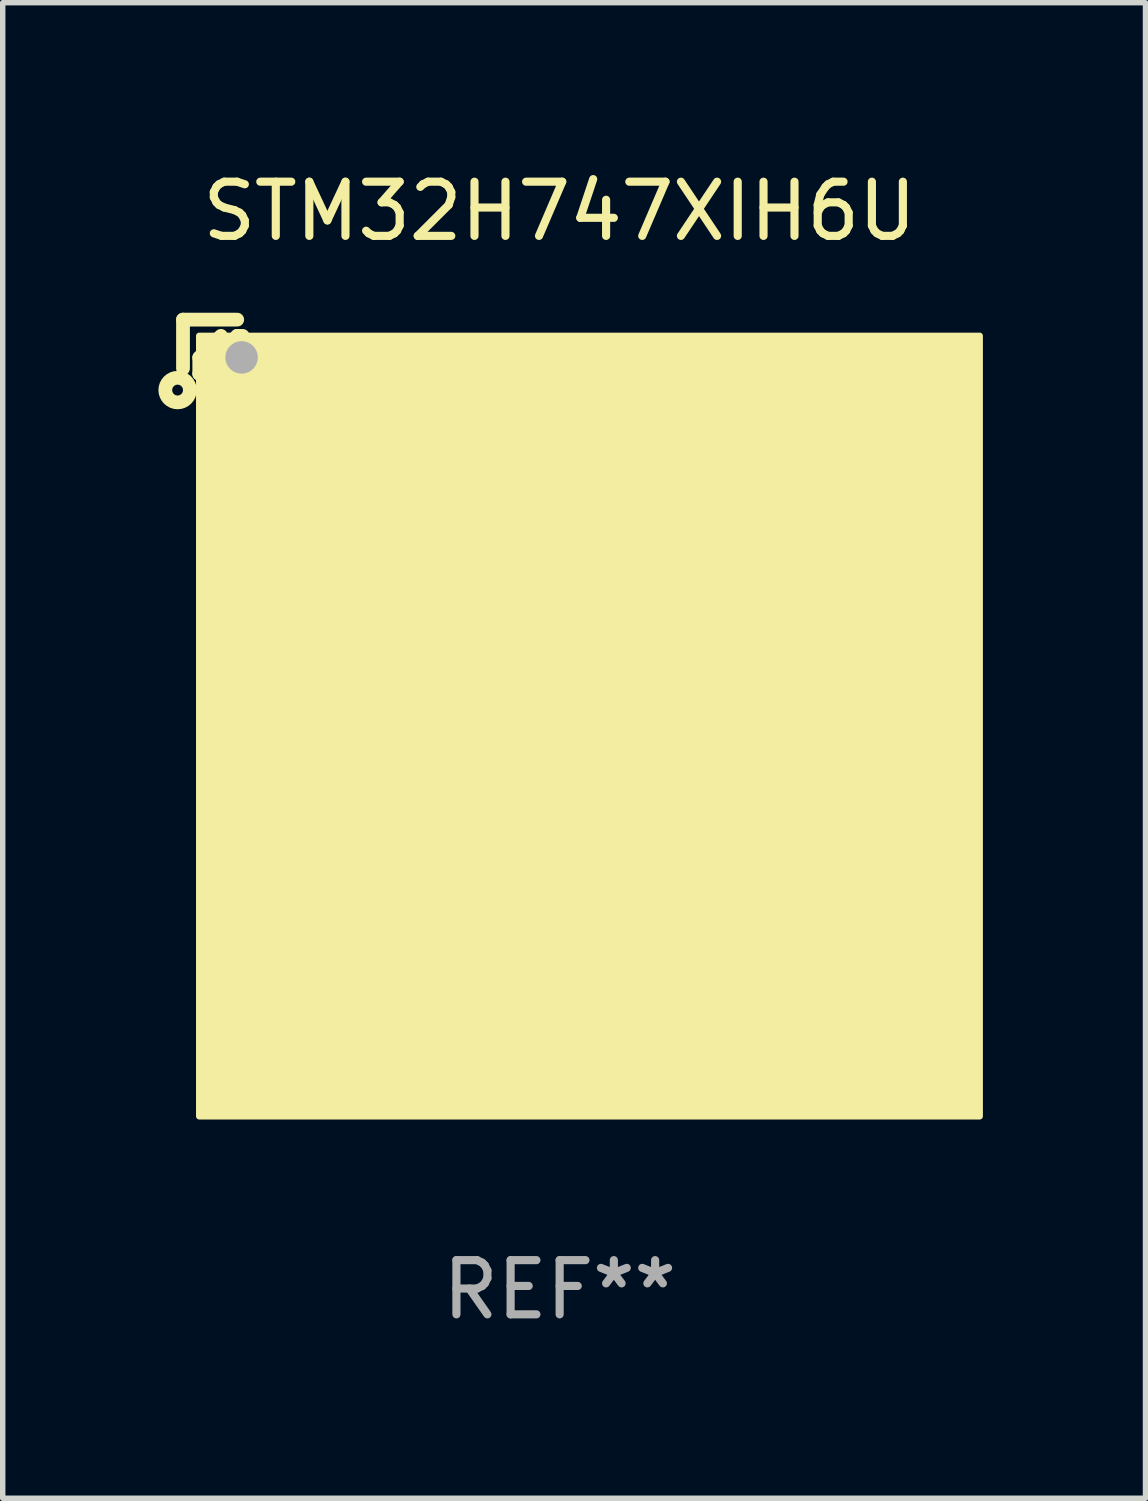
<source format=kicad_pcb>
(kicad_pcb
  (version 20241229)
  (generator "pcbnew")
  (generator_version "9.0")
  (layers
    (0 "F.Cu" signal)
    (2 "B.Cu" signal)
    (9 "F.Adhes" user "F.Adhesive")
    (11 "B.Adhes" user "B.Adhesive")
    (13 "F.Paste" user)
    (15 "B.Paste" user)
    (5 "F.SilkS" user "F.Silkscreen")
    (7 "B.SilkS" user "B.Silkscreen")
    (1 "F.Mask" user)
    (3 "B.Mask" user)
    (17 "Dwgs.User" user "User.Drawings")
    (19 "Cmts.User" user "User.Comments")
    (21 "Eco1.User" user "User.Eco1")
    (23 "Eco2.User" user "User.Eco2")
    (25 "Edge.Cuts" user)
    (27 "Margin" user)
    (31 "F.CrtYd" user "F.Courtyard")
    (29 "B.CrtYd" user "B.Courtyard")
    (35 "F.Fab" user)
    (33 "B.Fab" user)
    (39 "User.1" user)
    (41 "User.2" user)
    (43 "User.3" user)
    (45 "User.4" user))
  (footprint "STM32H747XIH6U"
    (layer "F.Cu")
    (at 7.277 9.798)
    (property "Reference" "STM32H747XIH6U" (at 0 -8.95 0) (layer "F.SilkS") (effects (font (size 1 1) (thickness 0.15))))
    (attr through_hole)
    (fp_line (start -6.95 -6.95) (end -6.95 -6.05) (stroke (width 0.254) (type solid)) (layer "F.SilkS"))
    (fp_line (start -6.65 -6.25) (end -6.25 -6.65) (stroke (width 0.254) (type solid)) (layer "F.SilkS"))
    (fp_line (start -6.65 -5.95) (end -6.65 -6.25) (stroke (width 0.254) (type solid)) (layer "F.SilkS"))
    (fp_line (start -5.95 -6.95) (end -6.95 -6.95) (stroke (width 0.254) (type solid)) (layer "F.SilkS"))
    (fp_line (start -5.95 -6.65) (end -6.65 -5.95) (stroke (width 0.254) (type solid)) (layer "F.SilkS"))
    (fp_line (start -5.85 -6.65) (end -5.95 -6.65) (stroke (width 0.254) (type solid)) (layer "F.SilkS"))
    (fp_circle (center -7.05 -5.65) (end -6.95 -5.65) (stroke (width 0.254) (type solid)) (fill no) (layer "F.SilkS"))
    (fp_circle (center -6.45 -6.45) (end -6.35 -6.45) (stroke (width 0.2) (type solid)) (fill no) (layer "F.SilkS"))
    (fp_poly (pts (xy -6.65 -6.65) (xy 7.75 -6.65) (xy 7.75 7.75) (xy -6.65 7.75)) (stroke (width 0.12) (type solid)) (fill yes) (layer "F.SilkS"))
    (fp_circle (center -5.869 -6.253) (end -5.719 -6.253) (stroke (width 0.3) (type solid)) (fill no) (layer "F.Fab"))
    (fp_text user "REF**" (at 0 10.95 0) (layer "F.Fab") (effects (font (size 1 1) (thickness 0.15))))
    (pad "A1" smd circle (at -5.85 -5.85) (size 0.5 0.5) (layers "F.Cu" "F.Mask" "F.Paste"))
    (pad "A2" smd circle (at -5.05 -5.85) (size 0.5 0.5) (layers "F.Cu" "F.Mask" "F.Paste"))
    (pad "A3" smd circle (at -4.25 -5.85) (size 0.5 0.5) (layers "F.Cu" "F.Mask" "F.Paste"))
    (pad "A4" smd circle (at -3.45 -5.85) (size 0.5 0.5) (layers "F.Cu" "F.Mask" "F.Paste"))
    (pad "A5" smd circle (at -2.65 -5.85) (size 0.5 0.5) (layers "F.Cu" "F.Mask" "F.Paste"))
    (pad "A6" smd circle (at -1.85 -5.85) (size 0.5 0.5) (layers "F.Cu" "F.Mask" "F.Paste"))
    (pad "A7" smd circle (at -1.05 -5.85) (size 0.5 0.5) (layers "F.Cu" "F.Mask" "F.Paste"))
    (pad "A8" smd circle (at -0.25 -5.85) (size 0.5 0.5) (layers "F.Cu" "F.Mask" "F.Paste"))
    (pad "A9" smd circle (at 0.55 -5.85) (size 0.5 0.5) (layers "F.Cu" "F.Mask" "F.Paste"))
    (pad "A10" smd circle (at 1.35 -5.85) (size 0.5 0.5) (layers "F.Cu" "F.Mask" "F.Paste"))
    (pad "A11" smd circle (at 2.15 -5.85) (size 0.5 0.5) (layers "F.Cu" "F.Mask" "F.Paste"))
    (pad "A12" smd circle (at 2.95 -5.85) (size 0.5 0.5) (layers "F.Cu" "F.Mask" "F.Paste"))
    (pad "A13" smd circle (at 3.75 -5.85) (size 0.5 0.5) (layers "F.Cu" "F.Mask" "F.Paste"))
    (pad "A14" smd circle (at 4.55 -5.85) (size 0.5 0.5) (layers "F.Cu" "F.Mask" "F.Paste"))
    (pad "A15" smd circle (at 5.35 -5.85) (size 0.5 0.5) (layers "F.Cu" "F.Mask" "F.Paste"))
    (pad "A16" smd circle (at 6.15 -5.85) (size 0.5 0.5) (layers "F.Cu" "F.Mask" "F.Paste"))
    (pad "A17" smd circle (at 6.95 -5.85) (size 0.5 0.5) (layers "F.Cu" "F.Mask" "F.Paste"))
    (pad "B1" smd circle (at -5.85 -5.05) (size 0.5 0.5) (layers "F.Cu" "F.Mask" "F.Paste"))
    (pad "B2" smd circle (at -5.05 -5.05) (size 0.5 0.5) (layers "F.Cu" "F.Mask" "F.Paste"))
    (pad "B3" smd circle (at -4.25 -5.05) (size 0.5 0.5) (layers "F.Cu" "F.Mask" "F.Paste"))
    (pad "B4" smd circle (at -3.45 -5.05) (size 0.5 0.5) (layers "F.Cu" "F.Mask" "F.Paste"))
    (pad "B5" smd circle (at -2.65 -5.05) (size 0.5 0.5) (layers "F.Cu" "F.Mask" "F.Paste"))
    (pad "B6" smd circle (at -1.85 -5.05) (size 0.5 0.5) (layers "F.Cu" "F.Mask" "F.Paste"))
    (pad "B7" smd circle (at -1.05 -5.05) (size 0.5 0.5) (layers "F.Cu" "F.Mask" "F.Paste"))
    (pad "B8" smd circle (at -0.25 -5.05) (size 0.5 0.5) (layers "F.Cu" "F.Mask" "F.Paste"))
    (pad "B9" smd circle (at 0.55 -5.05) (size 0.5 0.5) (layers "F.Cu" "F.Mask" "F.Paste"))
    (pad "B10" smd circle (at 1.35 -5.05) (size 0.5 0.5) (layers "F.Cu" "F.Mask" "F.Paste"))
    (pad "B11" smd circle (at 2.15 -5.05) (size 0.5 0.5) (layers "F.Cu" "F.Mask" "F.Paste"))
    (pad "B12" smd circle (at 2.95 -5.05) (size 0.5 0.5) (layers "F.Cu" "F.Mask" "F.Paste"))
    (pad "B13" smd circle (at 3.75 -5.05) (size 0.5 0.5) (layers "F.Cu" "F.Mask" "F.Paste"))
    (pad "B14" smd circle (at 4.55 -5.05) (size 0.5 0.5) (layers "F.Cu" "F.Mask" "F.Paste"))
    (pad "B15" smd circle (at 5.35 -5.05) (size 0.5 0.5) (layers "F.Cu" "F.Mask" "F.Paste"))
    (pad "B16" smd circle (at 6.15 -5.05) (size 0.5 0.5) (layers "F.Cu" "F.Mask" "F.Paste"))
    (pad "B17" smd circle (at 6.95 -5.05) (size 0.5 0.5) (layers "F.Cu" "F.Mask" "F.Paste"))
    (pad "C1" smd circle (at -5.85 -4.25) (size 0.5 0.5) (layers "F.Cu" "F.Mask" "F.Paste"))
    (pad "C2" smd circle (at -5.05 -4.25) (size 0.5 0.5) (layers "F.Cu" "F.Mask" "F.Paste"))
    (pad "C3" smd circle (at -4.25 -4.25) (size 0.5 0.5) (layers "F.Cu" "F.Mask" "F.Paste"))
    (pad "C4" smd circle (at -3.45 -4.25) (size 0.5 0.5) (layers "F.Cu" "F.Mask" "F.Paste"))
    (pad "C5" smd circle (at -2.65 -4.25) (size 0.5 0.5) (layers "F.Cu" "F.Mask" "F.Paste"))
    (pad "C6" smd circle (at -1.85 -4.25) (size 0.5 0.5) (layers "F.Cu" "F.Mask" "F.Paste"))
    (pad "C7" smd circle (at -1.05 -4.25) (size 0.5 0.5) (layers "F.Cu" "F.Mask" "F.Paste"))
    (pad "C8" smd circle (at -0.25 -4.25) (size 0.5 0.5) (layers "F.Cu" "F.Mask" "F.Paste"))
    (pad "C9" smd circle (at 0.55 -4.25) (size 0.5 0.5) (layers "F.Cu" "F.Mask" "F.Paste"))
    (pad "C10" smd circle (at 1.35 -4.25) (size 0.5 0.5) (layers "F.Cu" "F.Mask" "F.Paste"))
    (pad "C11" smd circle (at 2.15 -4.25) (size 0.5 0.5) (layers "F.Cu" "F.Mask" "F.Paste"))
    (pad "C12" smd circle (at 2.95 -4.25) (size 0.5 0.5) (layers "F.Cu" "F.Mask" "F.Paste"))
    (pad "C13" smd circle (at 3.75 -4.25) (size 0.5 0.5) (layers "F.Cu" "F.Mask" "F.Paste"))
    (pad "C14" smd circle (at 4.55 -4.25) (size 0.5 0.5) (layers "F.Cu" "F.Mask" "F.Paste"))
    (pad "C15" smd circle (at 5.35 -4.25) (size 0.5 0.5) (layers "F.Cu" "F.Mask" "F.Paste"))
    (pad "C16" smd circle (at 6.15 -4.25) (size 0.5 0.5) (layers "F.Cu" "F.Mask" "F.Paste"))
    (pad "C17" smd circle (at 6.95 -4.25) (size 0.5 0.5) (layers "F.Cu" "F.Mask" "F.Paste"))
    (pad "D1" smd circle (at -5.85 -3.45) (size 0.5 0.5) (layers "F.Cu" "F.Mask" "F.Paste"))
    (pad "D2" smd circle (at -5.05 -3.45) (size 0.5 0.5) (layers "F.Cu" "F.Mask" "F.Paste"))
    (pad "D3" smd circle (at -4.25 -3.45) (size 0.5 0.5) (layers "F.Cu" "F.Mask" "F.Paste"))
    (pad "D4" smd circle (at -3.45 -3.45) (size 0.5 0.5) (layers "F.Cu" "F.Mask" "F.Paste"))
    (pad "D5" smd circle (at -2.65 -3.45) (size 0.5 0.5) (layers "F.Cu" "F.Mask" "F.Paste"))
    (pad "D6" smd circle (at -1.85 -3.45) (size 0.5 0.5) (layers "F.Cu" "F.Mask" "F.Paste"))
    (pad "D7" smd circle (at -1.05 -3.45) (size 0.5 0.5) (layers "F.Cu" "F.Mask" "F.Paste"))
    (pad "D8" smd circle (at -0.25 -3.45) (size 0.5 0.5) (layers "F.Cu" "F.Mask" "F.Paste"))
    (pad "D9" smd circle (at 0.55 -3.45) (size 0.5 0.5) (layers "F.Cu" "F.Mask" "F.Paste"))
    (pad "D10" smd circle (at 1.35 -3.45) (size 0.5 0.5) (layers "F.Cu" "F.Mask" "F.Paste"))
    (pad "D11" smd circle (at 2.15 -3.45) (size 0.5 0.5) (layers "F.Cu" "F.Mask" "F.Paste"))
    (pad "D12" smd circle (at 2.95 -3.45) (size 0.5 0.5) (layers "F.Cu" "F.Mask" "F.Paste"))
    (pad "D13" smd circle (at 3.75 -3.45) (size 0.5 0.5) (layers "F.Cu" "F.Mask" "F.Paste"))
    (pad "D14" smd circle (at 4.55 -3.45) (size 0.5 0.5) (layers "F.Cu" "F.Mask" "F.Paste"))
    (pad "D15" smd circle (at 5.35 -3.45) (size 0.5 0.5) (layers "F.Cu" "F.Mask" "F.Paste"))
    (pad "D16" smd circle (at 6.15 -3.45) (size 0.5 0.5) (layers "F.Cu" "F.Mask" "F.Paste"))
    (pad "D17" smd circle (at 6.95 -3.45) (size 0.5 0.5) (layers "F.Cu" "F.Mask" "F.Paste"))
    (pad "E1" smd circle (at -5.85 -2.65) (size 0.5 0.5) (layers "F.Cu" "F.Mask" "F.Paste"))
    (pad "E2" smd circle (at -5.05 -2.65) (size 0.5 0.5) (layers "F.Cu" "F.Mask" "F.Paste"))
    (pad "E3" smd circle (at -4.25 -2.65) (size 0.5 0.5) (layers "F.Cu" "F.Mask" "F.Paste"))
    (pad "E4" smd circle (at -3.45 -2.65) (size 0.5 0.5) (layers "F.Cu" "F.Mask" "F.Paste"))
    (pad "E5" smd circle (at -2.65 -2.65) (size 0.5 0.5) (layers "F.Cu" "F.Mask" "F.Paste"))
    (pad "E6" smd circle (at -1.85 -2.65) (size 0.5 0.5) (layers "F.Cu" "F.Mask" "F.Paste"))
    (pad "E7" smd circle (at -1.05 -2.65) (size 0.5 0.5) (layers "F.Cu" "F.Mask" "F.Paste"))
    (pad "E8" smd circle (at -0.25 -2.65) (size 0.5 0.5) (layers "F.Cu" "F.Mask" "F.Paste"))
    (pad "E9" smd circle (at 0.55 -2.65) (size 0.5 0.5) (layers "F.Cu" "F.Mask" "F.Paste"))
    (pad "E10" smd circle (at 1.35 -2.65) (size 0.5 0.5) (layers "F.Cu" "F.Mask" "F.Paste"))
    (pad "E11" smd circle (at 2.15 -2.65) (size 0.5 0.5) (layers "F.Cu" "F.Mask" "F.Paste"))
    (pad "E12" smd circle (at 2.95 -2.65) (size 0.5 0.5) (layers "F.Cu" "F.Mask" "F.Paste"))
    (pad "E13" smd circle (at 3.75 -2.65) (size 0.5 0.5) (layers "F.Cu" "F.Mask" "F.Paste"))
    (pad "E14" smd circle (at 4.55 -2.65) (size 0.5 0.5) (layers "F.Cu" "F.Mask" "F.Paste"))
    (pad "E15" smd circle (at 5.35 -2.65) (size 0.5 0.5) (layers "F.Cu" "F.Mask" "F.Paste"))
    (pad "E16" smd circle (at 6.15 -2.65) (size 0.5 0.5) (layers "F.Cu" "F.Mask" "F.Paste"))
    (pad "E17" smd circle (at 6.95 -2.65) (size 0.5 0.5) (layers "F.Cu" "F.Mask" "F.Paste"))
    (pad "F1" smd circle (at -5.85 -1.85) (size 0.5 0.5) (layers "F.Cu" "F.Mask" "F.Paste"))
    (pad "F2" smd circle (at -5.05 -1.85) (size 0.5 0.5) (layers "F.Cu" "F.Mask" "F.Paste"))
    (pad "F3" smd circle (at -4.25 -1.85) (size 0.5 0.5) (layers "F.Cu" "F.Mask" "F.Paste"))
    (pad "F4" smd circle (at -3.45 -1.85) (size 0.5 0.5) (layers "F.Cu" "F.Mask" "F.Paste"))
    (pad "F5" smd circle (at -2.65 -1.85) (size 0.5 0.5) (layers "F.Cu" "F.Mask" "F.Paste"))
    (pad "F13" smd circle (at 3.75 -1.85) (size 0.5 0.5) (layers "F.Cu" "F.Mask" "F.Paste"))
    (pad "F14" smd circle (at 4.55 -1.85) (size 0.5 0.5) (layers "F.Cu" "F.Mask" "F.Paste"))
    (pad "F15" smd circle (at 5.35 -1.85) (size 0.5 0.5) (layers "F.Cu" "F.Mask" "F.Paste"))
    (pad "F16" smd circle (at 6.15 -1.85) (size 0.5 0.5) (layers "F.Cu" "F.Mask" "F.Paste"))
    (pad "F17" smd circle (at 6.95 -1.85) (size 0.5 0.5) (layers "F.Cu" "F.Mask" "F.Paste"))
    (pad "G1" smd circle (at -5.85 -1.05) (size 0.5 0.5) (layers "F.Cu" "F.Mask" "F.Paste"))
    (pad "G2" smd circle (at -5.05 -1.05) (size 0.5 0.5) (layers "F.Cu" "F.Mask" "F.Paste"))
    (pad "G3" smd circle (at -4.25 -1.05) (size 0.5 0.5) (layers "F.Cu" "F.Mask" "F.Paste"))
    (pad "G4" smd circle (at -3.45 -1.05) (size 0.5 0.5) (layers "F.Cu" "F.Mask" "F.Paste"))
    (pad "G5" smd circle (at -2.65 -1.05) (size 0.5 0.5) (layers "F.Cu" "F.Mask" "F.Paste"))
    (pad "G7" smd circle (at -1.05 -1.05) (size 0.5 0.5) (layers "F.Cu" "F.Mask" "F.Paste"))
    (pad "G8" smd circle (at -0.25 -1.05) (size 0.5 0.5) (layers "F.Cu" "F.Mask" "F.Paste"))
    (pad "G9" smd circle (at 0.55 -1.05) (size 0.5 0.5) (layers "F.Cu" "F.Mask" "F.Paste"))
    (pad "G10" smd circle (at 1.35 -1.05) (size 0.5 0.5) (layers "F.Cu" "F.Mask" "F.Paste"))
    (pad "G11" smd circle (at 2.15 -1.05) (size 0.5 0.5) (layers "F.Cu" "F.Mask" "F.Paste"))
    (pad "G13" smd circle (at 3.75 -1.05) (size 0.5 0.5) (layers "F.Cu" "F.Mask" "F.Paste"))
    (pad "G14" smd circle (at 4.55 -1.05) (size 0.5 0.5) (layers "F.Cu" "F.Mask" "F.Paste"))
    (pad "G15" smd circle (at 5.35 -1.05) (size 0.5 0.5) (layers "F.Cu" "F.Mask" "F.Paste"))
    (pad "G16" smd circle (at 6.15 -1.05) (size 0.5 0.5) (layers "F.Cu" "F.Mask" "F.Paste"))
    (pad "G17" smd circle (at 6.95 -1.05) (size 0.5 0.5) (layers "F.Cu" "F.Mask" "F.Paste"))
    (pad "H1" smd circle (at -5.85 -0.25) (size 0.5 0.5) (layers "F.Cu" "F.Mask" "F.Paste"))
    (pad "H2" smd circle (at -5.05 -0.25) (size 0.5 0.5) (layers "F.Cu" "F.Mask" "F.Paste"))
    (pad "H3" smd circle (at -4.25 -0.25) (size 0.5 0.5) (layers "F.Cu" "F.Mask" "F.Paste"))
    (pad "H4" smd circle (at -3.45 -0.25) (size 0.5 0.5) (layers "F.Cu" "F.Mask" "F.Paste"))
    (pad "H5" smd circle (at -2.65 -0.25) (size 0.5 0.5) (layers "F.Cu" "F.Mask" "F.Paste"))
    (pad "H7" smd circle (at -1.05 -0.25) (size 0.5 0.5) (layers "F.Cu" "F.Mask" "F.Paste"))
    (pad "H8" smd circle (at -0.25 -0.25) (size 0.5 0.5) (layers "F.Cu" "F.Mask" "F.Paste"))
    (pad "H9" smd circle (at 0.55 -0.25) (size 0.5 0.5) (layers "F.Cu" "F.Mask" "F.Paste"))
    (pad "H10" smd circle (at 1.35 -0.25) (size 0.5 0.5) (layers "F.Cu" "F.Mask" "F.Paste"))
    (pad "H11" smd circle (at 2.15 -0.25) (size 0.5 0.5) (layers "F.Cu" "F.Mask" "F.Paste"))
    (pad "H13" smd circle (at 3.75 -0.25) (size 0.5 0.5) (layers "F.Cu" "F.Mask" "F.Paste"))
    (pad "H14" smd circle (at 4.55 -0.25) (size 0.5 0.5) (layers "F.Cu" "F.Mask" "F.Paste"))
    (pad "H15" smd circle (at 5.35 -0.25) (size 0.5 0.5) (layers "F.Cu" "F.Mask" "F.Paste"))
    (pad "H16" smd circle (at 6.15 -0.25) (size 0.5 0.5) (layers "F.Cu" "F.Mask" "F.Paste"))
    (pad "H17" smd circle (at 6.95 -0.25) (size 0.5 0.5) (layers "F.Cu" "F.Mask" "F.Paste"))
    (pad "J1" smd circle (at -5.85 0.55) (size 0.5 0.5) (layers "F.Cu" "F.Mask" "F.Paste"))
    (pad "J2" smd circle (at -5.05 0.55) (size 0.5 0.5) (layers "F.Cu" "F.Mask" "F.Paste"))
    (pad "J3" smd circle (at -4.25 0.55) (size 0.5 0.5) (layers "F.Cu" "F.Mask" "F.Paste"))
    (pad "J4" smd circle (at -3.45 0.55) (size 0.5 0.5) (layers "F.Cu" "F.Mask" "F.Paste"))
    (pad "J5" smd circle (at -2.65 0.55) (size 0.5 0.5) (layers "F.Cu" "F.Mask" "F.Paste"))
    (pad "J7" smd circle (at -1.05 0.55) (size 0.5 0.5) (layers "F.Cu" "F.Mask" "F.Paste"))
    (pad "J8" smd circle (at -0.25 0.55) (size 0.5 0.5) (layers "F.Cu" "F.Mask" "F.Paste"))
    (pad "J9" smd circle (at 0.55 0.55) (size 0.5 0.5) (layers "F.Cu" "F.Mask" "F.Paste"))
    (pad "J10" smd circle (at 1.35 0.55) (size 0.5 0.5) (layers "F.Cu" "F.Mask" "F.Paste"))
    (pad "J11" smd circle (at 2.15 0.55) (size 0.5 0.5) (layers "F.Cu" "F.Mask" "F.Paste"))
    (pad "J13" smd circle (at 3.75 0.55) (size 0.5 0.5) (layers "F.Cu" "F.Mask" "F.Paste"))
    (pad "J14" smd circle (at 4.55 0.55) (size 0.5 0.5) (layers "F.Cu" "F.Mask" "F.Paste"))
    (pad "J15" smd circle (at 5.35 0.55) (size 0.5 0.5) (layers "F.Cu" "F.Mask" "F.Paste"))
    (pad "J16" smd circle (at 6.15 0.55) (size 0.5 0.5) (layers "F.Cu" "F.Mask" "F.Paste"))
    (pad "J17" smd circle (at 6.95 0.55) (size 0.5 0.5) (layers "F.Cu" "F.Mask" "F.Paste"))
    (pad "K1" smd circle (at -5.85 1.35) (size 0.5 0.5) (layers "F.Cu" "F.Mask" "F.Paste"))
    (pad "K2" smd circle (at -5.05 1.35) (size 0.5 0.5) (layers "F.Cu" "F.Mask" "F.Paste"))
    (pad "K3" smd circle (at -4.25 1.35) (size 0.5 0.5) (layers "F.Cu" "F.Mask" "F.Paste"))
    (pad "K4" smd circle (at -3.45 1.35) (size 0.5 0.5) (layers "F.Cu" "F.Mask" "F.Paste"))
    (pad "K5" smd circle (at -2.65 1.35) (size 0.5 0.5) (layers "F.Cu" "F.Mask" "F.Paste"))
    (pad "K7" smd circle (at -1.05 1.35) (size 0.5 0.5) (layers "F.Cu" "F.Mask" "F.Paste"))
    (pad "K8" smd circle (at -0.25 1.35) (size 0.5 0.5) (layers "F.Cu" "F.Mask" "F.Paste"))
    (pad "K9" smd circle (at 0.55 1.35) (size 0.5 0.5) (layers "F.Cu" "F.Mask" "F.Paste"))
    (pad "K10" smd circle (at 1.35 1.35) (size 0.5 0.5) (layers "F.Cu" "F.Mask" "F.Paste"))
    (pad "K11" smd circle (at 2.15 1.35) (size 0.5 0.5) (layers "F.Cu" "F.Mask" "F.Paste"))
    (pad "K13" smd circle (at 3.75 1.35) (size 0.5 0.5) (layers "F.Cu" "F.Mask" "F.Paste"))
    (pad "K14" smd circle (at 4.55 1.35) (size 0.5 0.5) (layers "F.Cu" "F.Mask" "F.Paste"))
    (pad "K15" smd circle (at 5.35 1.35) (size 0.5 0.5) (layers "F.Cu" "F.Mask" "F.Paste"))
    (pad "K16" smd circle (at 6.15 1.35) (size 0.5 0.5) (layers "F.Cu" "F.Mask" "F.Paste"))
    (pad "K17" smd circle (at 6.95 1.35) (size 0.5 0.5) (layers "F.Cu" "F.Mask" "F.Paste"))
    (pad "L1" smd circle (at -5.85 2.15) (size 0.5 0.5) (layers "F.Cu" "F.Mask" "F.Paste"))
    (pad "L2" smd circle (at -5.05 2.15) (size 0.5 0.5) (layers "F.Cu" "F.Mask" "F.Paste"))
    (pad "L3" smd circle (at -4.25 2.15) (size 0.5 0.5) (layers "F.Cu" "F.Mask" "F.Paste"))
    (pad "L4" smd circle (at -3.45 2.15) (size 0.5 0.5) (layers "F.Cu" "F.Mask" "F.Paste"))
    (pad "L5" smd circle (at -2.65 2.15) (size 0.5 0.5) (layers "F.Cu" "F.Mask" "F.Paste"))
    (pad "L7" smd circle (at -1.05 2.15) (size 0.5 0.5) (layers "F.Cu" "F.Mask" "F.Paste"))
    (pad "L8" smd circle (at -0.25 2.15) (size 0.5 0.5) (layers "F.Cu" "F.Mask" "F.Paste"))
    (pad "L9" smd circle (at 0.55 2.15) (size 0.5 0.5) (layers "F.Cu" "F.Mask" "F.Paste"))
    (pad "L10" smd circle (at 1.35 2.15) (size 0.5 0.5) (layers "F.Cu" "F.Mask" "F.Paste"))
    (pad "L11" smd circle (at 2.15 2.15) (size 0.5 0.5) (layers "F.Cu" "F.Mask" "F.Paste"))
    (pad "L13" smd circle (at 3.75 2.15) (size 0.5 0.5) (layers "F.Cu" "F.Mask" "F.Paste"))
    (pad "L14" smd circle (at 4.55 2.15) (size 0.5 0.5) (layers "F.Cu" "F.Mask" "F.Paste"))
    (pad "L15" smd circle (at 5.35 2.15) (size 0.5 0.5) (layers "F.Cu" "F.Mask" "F.Paste"))
    (pad "L16" smd circle (at 6.15 2.15) (size 0.5 0.5) (layers "F.Cu" "F.Mask" "F.Paste"))
    (pad "L17" smd circle (at 6.95 2.15) (size 0.5 0.5) (layers "F.Cu" "F.Mask" "F.Paste"))
    (pad "M1" smd circle (at -5.85 2.95) (size 0.5 0.5) (layers "F.Cu" "F.Mask" "F.Paste"))
    (pad "M2" smd circle (at -5.05 2.95) (size 0.5 0.5) (layers "F.Cu" "F.Mask" "F.Paste"))
    (pad "M3" smd circle (at -4.25 2.95) (size 0.5 0.5) (layers "F.Cu" "F.Mask" "F.Paste"))
    (pad "M4" smd circle (at -3.45 2.95) (size 0.5 0.5) (layers "F.Cu" "F.Mask" "F.Paste"))
    (pad "M5" smd circle (at -2.65 2.95) (size 0.5 0.5) (layers "F.Cu" "F.Mask" "F.Paste"))
    (pad "M13" smd circle (at 3.75 2.95) (size 0.5 0.5) (layers "F.Cu" "F.Mask" "F.Paste"))
    (pad "M14" smd circle (at 4.55 2.95) (size 0.5 0.5) (layers "F.Cu" "F.Mask" "F.Paste"))
    (pad "M15" smd circle (at 5.35 2.95) (size 0.5 0.5) (layers "F.Cu" "F.Mask" "F.Paste"))
    (pad "M16" smd circle (at 6.15 2.95) (size 0.5 0.5) (layers "F.Cu" "F.Mask" "F.Paste"))
    (pad "M17" smd circle (at 6.95 2.95) (size 0.5 0.5) (layers "F.Cu" "F.Mask" "F.Paste"))
    (pad "N1" smd circle (at -5.85 3.75) (size 0.5 0.5) (layers "F.Cu" "F.Mask" "F.Paste"))
    (pad "N2" smd circle (at -5.05 3.75) (size 0.5 0.5) (layers "F.Cu" "F.Mask" "F.Paste"))
    (pad "N3" smd circle (at -4.25 3.75) (size 0.5 0.5) (layers "F.Cu" "F.Mask" "F.Paste"))
    (pad "N4" smd circle (at -3.45 3.75) (size 0.5 0.5) (layers "F.Cu" "F.Mask" "F.Paste"))
    (pad "N5" smd circle (at -2.65 3.75) (size 0.5 0.5) (layers "F.Cu" "F.Mask" "F.Paste"))
    (pad "N6" smd circle (at -1.85 3.75) (size 0.5 0.5) (layers "F.Cu" "F.Mask" "F.Paste"))
    (pad "N7" smd circle (at -1.05 3.75) (size 0.5 0.5) (layers "F.Cu" "F.Mask" "F.Paste"))
    (pad "N8" smd circle (at -0.25 3.75) (size 0.5 0.5) (layers "F.Cu" "F.Mask" "F.Paste"))
    (pad "N9" smd circle (at 0.55 3.75) (size 0.5 0.5) (layers "F.Cu" "F.Mask" "F.Paste"))
    (pad "N10" smd circle (at 1.35 3.75) (size 0.5 0.5) (layers "F.Cu" "F.Mask" "F.Paste"))
    (pad "N11" smd circle (at 2.15 3.75) (size 0.5 0.5) (layers "F.Cu" "F.Mask" "F.Paste"))
    (pad "N12" smd circle (at 2.95 3.75) (size 0.5 0.5) (layers "F.Cu" "F.Mask" "F.Paste"))
    (pad "N13" smd circle (at 3.75 3.75) (size 0.5 0.5) (layers "F.Cu" "F.Mask" "F.Paste"))
    (pad "N14" smd circle (at 4.55 3.75) (size 0.5 0.5) (layers "F.Cu" "F.Mask" "F.Paste"))
    (pad "N15" smd circle (at 5.35 3.75) (size 0.5 0.5) (layers "F.Cu" "F.Mask" "F.Paste"))
    (pad "N16" smd circle (at 6.15 3.75) (size 0.5 0.5) (layers "F.Cu" "F.Mask" "F.Paste"))
    (pad "N17" smd circle (at 6.95 3.75) (size 0.5 0.5) (layers "F.Cu" "F.Mask" "F.Paste"))
    (pad "P1" smd circle (at -5.85 4.55) (size 0.5 0.5) (layers "F.Cu" "F.Mask" "F.Paste"))
    (pad "P2" smd circle (at -5.05 4.55) (size 0.5 0.5) (layers "F.Cu" "F.Mask" "F.Paste"))
    (pad "P3" smd circle (at -4.25 4.55) (size 0.5 0.5) (layers "F.Cu" "F.Mask" "F.Paste"))
    (pad "P4" smd circle (at -3.45 4.55) (size 0.5 0.5) (layers "F.Cu" "F.Mask" "F.Paste"))
    (pad "P5" smd circle (at -2.65 4.55) (size 0.5 0.5) (layers "F.Cu" "F.Mask" "F.Paste"))
    (pad "P6" smd circle (at -1.85 4.55) (size 0.5 0.5) (layers "F.Cu" "F.Mask" "F.Paste"))
    (pad "P7" smd circle (at -1.05 4.55) (size 0.5 0.5) (layers "F.Cu" "F.Mask" "F.Paste"))
    (pad "P8" smd circle (at -0.25 4.55) (size 0.5 0.5) (layers "F.Cu" "F.Mask" "F.Paste"))
    (pad "P9" smd circle (at 0.55 4.55) (size 0.5 0.5) (layers "F.Cu" "F.Mask" "F.Paste"))
    (pad "P10" smd circle (at 1.35 4.55) (size 0.5 0.5) (layers "F.Cu" "F.Mask" "F.Paste"))
    (pad "P11" smd circle (at 2.15 4.55) (size 0.5 0.5) (layers "F.Cu" "F.Mask" "F.Paste"))
    (pad "P12" smd circle (at 2.95 4.55) (size 0.5 0.5) (layers "F.Cu" "F.Mask" "F.Paste"))
    (pad "P13" smd circle (at 3.75 4.55) (size 0.5 0.5) (layers "F.Cu" "F.Mask" "F.Paste"))
    (pad "P14" smd circle (at 4.55 4.55) (size 0.5 0.5) (layers "F.Cu" "F.Mask" "F.Paste"))
    (pad "P15" smd circle (at 5.35 4.55) (size 0.5 0.5) (layers "F.Cu" "F.Mask" "F.Paste"))
    (pad "P16" smd circle (at 6.15 4.55) (size 0.5 0.5) (layers "F.Cu" "F.Mask" "F.Paste"))
    (pad "P17" smd circle (at 6.95 4.55) (size 0.5 0.5) (layers "F.Cu" "F.Mask" "F.Paste"))
    (pad "R1" smd circle (at -5.85 5.35) (size 0.5 0.5) (layers "F.Cu" "F.Mask" "F.Paste"))
    (pad "R2" smd circle (at -5.05 5.35) (size 0.5 0.5) (layers "F.Cu" "F.Mask" "F.Paste"))
    (pad "R3" smd circle (at -4.25 5.35) (size 0.5 0.5) (layers "F.Cu" "F.Mask" "F.Paste"))
    (pad "R4" smd circle (at -3.45 5.35) (size 0.5 0.5) (layers "F.Cu" "F.Mask" "F.Paste"))
    (pad "R5" smd circle (at -2.65 5.35) (size 0.5 0.5) (layers "F.Cu" "F.Mask" "F.Paste"))
    (pad "R6" smd circle (at -1.85 5.35) (size 0.5 0.5) (layers "F.Cu" "F.Mask" "F.Paste"))
    (pad "R7" smd circle (at -1.05 5.35) (size 0.5 0.5) (layers "F.Cu" "F.Mask" "F.Paste"))
    (pad "R8" smd circle (at -0.25 5.35) (size 0.5 0.5) (layers "F.Cu" "F.Mask" "F.Paste"))
    (pad "R9" smd circle (at 0.55 5.35) (size 0.5 0.5) (layers "F.Cu" "F.Mask" "F.Paste"))
    (pad "R10" smd circle (at 1.35 5.35) (size 0.5 0.5) (layers "F.Cu" "F.Mask" "F.Paste"))
    (pad "R11" smd circle (at 2.15 5.35) (size 0.5 0.5) (layers "F.Cu" "F.Mask" "F.Paste"))
    (pad "R12" smd circle (at 2.95 5.35) (size 0.5 0.5) (layers "F.Cu" "F.Mask" "F.Paste"))
    (pad "R13" smd circle (at 3.75 5.35) (size 0.5 0.5) (layers "F.Cu" "F.Mask" "F.Paste"))
    (pad "R14" smd circle (at 4.55 5.35) (size 0.5 0.5) (layers "F.Cu" "F.Mask" "F.Paste"))
    (pad "R15" smd circle (at 5.35 5.35) (size 0.5 0.5) (layers "F.Cu" "F.Mask" "F.Paste"))
    (pad "R16" smd circle (at 6.15 5.35) (size 0.5 0.5) (layers "F.Cu" "F.Mask" "F.Paste"))
    (pad "R17" smd circle (at 6.95 5.35) (size 0.5 0.5) (layers "F.Cu" "F.Mask" "F.Paste"))
    (pad "T1" smd circle (at -5.85 6.15) (size 0.5 0.5) (layers "F.Cu" "F.Mask" "F.Paste"))
    (pad "T2" smd circle (at -5.05 6.15) (size 0.5 0.5) (layers "F.Cu" "F.Mask" "F.Paste"))
    (pad "T3" smd circle (at -4.25 6.15) (size 0.5 0.5) (layers "F.Cu" "F.Mask" "F.Paste"))
    (pad "T4" smd circle (at -3.45 6.15) (size 0.5 0.5) (layers "F.Cu" "F.Mask" "F.Paste"))
    (pad "T5" smd circle (at -2.65 6.15) (size 0.5 0.5) (layers "F.Cu" "F.Mask" "F.Paste"))
    (pad "T6" smd circle (at -1.85 6.15) (size 0.5 0.5) (layers "F.Cu" "F.Mask" "F.Paste"))
    (pad "T7" smd circle (at -1.05 6.15) (size 0.5 0.5) (layers "F.Cu" "F.Mask" "F.Paste"))
    (pad "T8" smd circle (at -0.25 6.15) (size 0.5 0.5) (layers "F.Cu" "F.Mask" "F.Paste"))
    (pad "T9" smd circle (at 0.55 6.15) (size 0.5 0.5) (layers "F.Cu" "F.Mask" "F.Paste"))
    (pad "T10" smd circle (at 1.35 6.15) (size 0.5 0.5) (layers "F.Cu" "F.Mask" "F.Paste"))
    (pad "T11" smd circle (at 2.15 6.15) (size 0.5 0.5) (layers "F.Cu" "F.Mask" "F.Paste"))
    (pad "T12" smd circle (at 2.95 6.15) (size 0.5 0.5) (layers "F.Cu" "F.Mask" "F.Paste"))
    (pad "T13" smd circle (at 3.75 6.15) (size 0.5 0.5) (layers "F.Cu" "F.Mask" "F.Paste"))
    (pad "T14" smd circle (at 4.55 6.15) (size 0.5 0.5) (layers "F.Cu" "F.Mask" "F.Paste"))
    (pad "T15" smd circle (at 5.35 6.15) (size 0.5 0.5) (layers "F.Cu" "F.Mask" "F.Paste"))
    (pad "T16" smd circle (at 6.15 6.15) (size 0.5 0.5) (layers "F.Cu" "F.Mask" "F.Paste"))
    (pad "T17" smd circle (at 6.95 6.15) (size 0.5 0.5) (layers "F.Cu" "F.Mask" "F.Paste"))
    (pad "U1" smd circle (at -5.85 6.95) (size 0.5 0.5) (layers "F.Cu" "F.Mask" "F.Paste"))
    (pad "U2" smd circle (at -5.05 6.95) (size 0.5 0.5) (layers "F.Cu" "F.Mask" "F.Paste"))
    (pad "U3" smd circle (at -4.25 6.95) (size 0.5 0.5) (layers "F.Cu" "F.Mask" "F.Paste"))
    (pad "U4" smd circle (at -3.45 6.95) (size 0.5 0.5) (layers "F.Cu" "F.Mask" "F.Paste"))
    (pad "U5" smd circle (at -2.65 6.95) (size 0.5 0.5) (layers "F.Cu" "F.Mask" "F.Paste"))
    (pad "U6" smd circle (at -1.85 6.95) (size 0.5 0.5) (layers "F.Cu" "F.Mask" "F.Paste"))
    (pad "U7" smd circle (at -1.05 6.95) (size 0.5 0.5) (layers "F.Cu" "F.Mask" "F.Paste"))
    (pad "U8" smd circle (at -0.25 6.95) (size 0.5 0.5) (layers "F.Cu" "F.Mask" "F.Paste"))
    (pad "U9" smd circle (at 0.55 6.95) (size 0.5 0.5) (layers "F.Cu" "F.Mask" "F.Paste"))
    (pad "U10" smd circle (at 1.35 6.95) (size 0.5 0.5) (layers "F.Cu" "F.Mask" "F.Paste"))
    (pad "U11" smd circle (at 2.15 6.95) (size 0.5 0.5) (layers "F.Cu" "F.Mask" "F.Paste"))
    (pad "U12" smd circle (at 2.95 6.95) (size 0.5 0.5) (layers "F.Cu" "F.Mask" "F.Paste"))
    (pad "U13" smd circle (at 3.75 6.95) (size 0.5 0.5) (layers "F.Cu" "F.Mask" "F.Paste"))
    (pad "U14" smd circle (at 4.55 6.95) (size 0.5 0.5) (layers "F.Cu" "F.Mask" "F.Paste"))
    (pad "U15" smd circle (at 5.35 6.95) (size 0.5 0.5) (layers "F.Cu" "F.Mask" "F.Paste"))
    (pad "U16" smd circle (at 6.15 6.95) (size 0.5 0.5) (layers "F.Cu" "F.Mask" "F.Paste"))
    (pad "U17" smd circle (at 6.95 6.95) (size 0.5 0.5) (layers "F.Cu" "F.Mask" "F.Paste")))
  (gr_rect
    (start -3 -3)
    (end 18.087 24.597)
    (stroke (width 0.1) (type default))
    (fill no)
    (layer "Edge.Cuts")))
</source>
